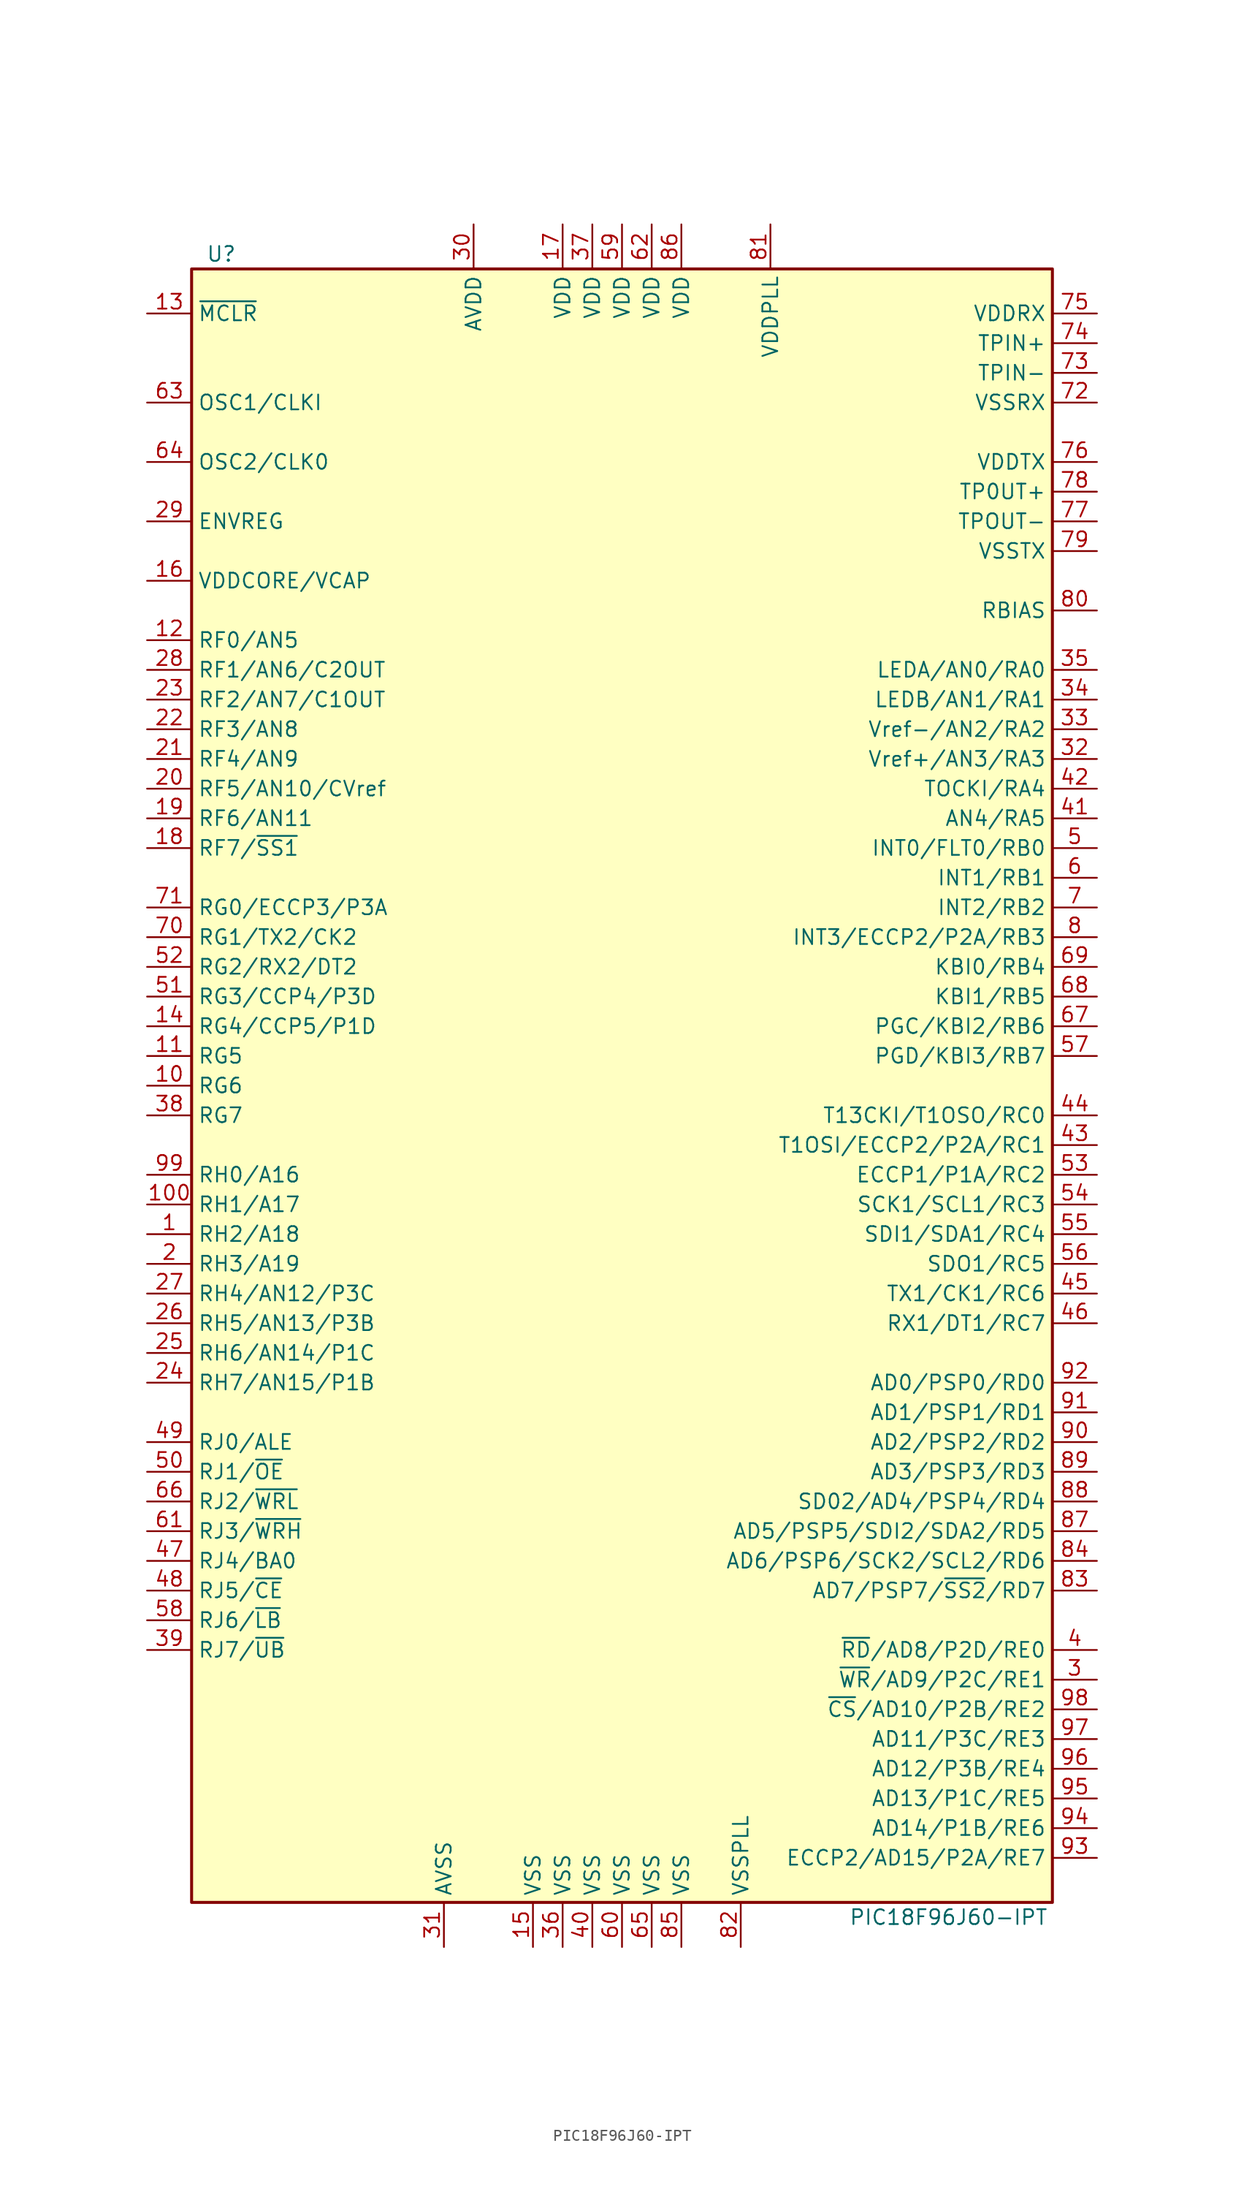
<source format=kicad_sym>
(kicad_symbol_lib
  (version 20231120)
  (generator "kicad_symbol_editor")
  (generator_version "8.0")
  (symbol "PIC18F96J60-IPT"
    (property "Reference" "U"
      (at -34.29 71.12 0)
      (effects (font (size 1.27 1.27))))
    (property "Value" "PIC18F96J60-IPT"
      (at 27.94 -71.12 0)
      (effects (font (size 1.27 1.27))))
    (symbol "PIC18F96J60-IPT_0_1"
      (rectangle (start -36.83 69.85) (end 36.83 -69.85) (stroke (width 0.254) (type default)) (fill (type background))))
    (symbol "PIC18F96J60-IPT_1_1"
      (pin bidirectional line (at -40.64 -12.7 0) (length 3.81) (name "RH2/A18" (effects (font (size 1.27 1.27)))) (number "1" (effects (font (size 1.27 1.27)))))
      (pin bidirectional line (at -40.64 0 0) (length 3.81) (name "RG6" (effects (font (size 1.27 1.27)))) (number "10" (effects (font (size 1.27 1.27)))))
      (pin bidirectional line (at -40.64 -10.16 0) (length 3.81) (name "RH1/A17" (effects (font (size 1.27 1.27)))) (number "100" (effects (font (size 1.27 1.27)))))
      (pin bidirectional line (at -40.64 2.54 0) (length 3.81) (name "RG5" (effects (font (size 1.27 1.27)))) (number "11" (effects (font (size 1.27 1.27)))))
      (pin bidirectional line (at -40.64 38.1 0) (length 3.81) (name "RF0/AN5" (effects (font (size 1.27 1.27)))) (number "12" (effects (font (size 1.27 1.27)))))
      (pin input line (at -40.64 66.04 0) (length 3.81) (name "~{MCLR}" (effects (font (size 1.27 1.27)))) (number "13" (effects (font (size 1.27 1.27)))))
      (pin bidirectional line (at -40.64 5.08 0) (length 3.81) (name "RG4/CCP5/P1D" (effects (font (size 1.27 1.27)))) (number "14" (effects (font (size 1.27 1.27)))))
      (pin power_in line (at -7.62 -73.66 90) (length 3.81) (name "VSS" (effects (font (size 1.27 1.27)))) (number "15" (effects (font (size 1.27 1.27)))))
      (pin passive line (at -40.64 43.18 0) (length 3.81) (name "VDDCORE/VCAP" (effects (font (size 1.27 1.27)))) (number "16" (effects (font (size 1.27 1.27)))))
      (pin power_in line (at -5.08 73.66 270) (length 3.81) (name "VDD" (effects (font (size 1.27 1.27)))) (number "17" (effects (font (size 1.27 1.27)))))
      (pin bidirectional line (at -40.64 20.32 0) (length 3.81) (name "RF7/~{SS1}" (effects (font (size 1.27 1.27)))) (number "18" (effects (font (size 1.27 1.27)))))
      (pin bidirectional line (at -40.64 22.86 0) (length 3.81) (name "RF6/AN11" (effects (font (size 1.27 1.27)))) (number "19" (effects (font (size 1.27 1.27)))))
      (pin bidirectional line (at -40.64 -15.24 0) (length 3.81) (name "RH3/A19" (effects (font (size 1.27 1.27)))) (number "2" (effects (font (size 1.27 1.27)))))
      (pin bidirectional line (at -40.64 25.4 0) (length 3.81) (name "RF5/AN10/CVref" (effects (font (size 1.27 1.27)))) (number "20" (effects (font (size 1.27 1.27)))))
      (pin bidirectional line (at -40.64 27.94 0) (length 3.81) (name "RF4/AN9" (effects (font (size 1.27 1.27)))) (number "21" (effects (font (size 1.27 1.27)))))
      (pin bidirectional line (at -40.64 30.48 0) (length 3.81) (name "RF3/AN8" (effects (font (size 1.27 1.27)))) (number "22" (effects (font (size 1.27 1.27)))))
      (pin bidirectional line (at -40.64 33.02 0) (length 3.81) (name "RF2/AN7/C1OUT" (effects (font (size 1.27 1.27)))) (number "23" (effects (font (size 1.27 1.27)))))
      (pin bidirectional line (at -40.64 -25.4 0) (length 3.81) (name "RH7/AN15/P1B" (effects (font (size 1.27 1.27)))) (number "24" (effects (font (size 1.27 1.27)))))
      (pin bidirectional line (at -40.64 -22.86 0) (length 3.81) (name "RH6/AN14/P1C" (effects (font (size 1.27 1.27)))) (number "25" (effects (font (size 1.27 1.27)))))
      (pin bidirectional line (at -40.64 -20.32 0) (length 3.81) (name "RH5/AN13/P3B" (effects (font (size 1.27 1.27)))) (number "26" (effects (font (size 1.27 1.27)))))
      (pin bidirectional line (at -40.64 -17.78 0) (length 3.81) (name "RH4/AN12/P3C" (effects (font (size 1.27 1.27)))) (number "27" (effects (font (size 1.27 1.27)))))
      (pin bidirectional line (at -40.64 35.56 0) (length 3.81) (name "RF1/AN6/C2OUT" (effects (font (size 1.27 1.27)))) (number "28" (effects (font (size 1.27 1.27)))))
      (pin passive line (at -40.64 48.26 0) (length 3.81) (name "ENVREG" (effects (font (size 1.27 1.27)))) (number "29" (effects (font (size 1.27 1.27)))))
      (pin bidirectional line (at 40.64 -50.8 180) (length 3.81) (name "~{WR}/AD9/P2C/RE1" (effects (font (size 1.27 1.27)))) (number "3" (effects (font (size 1.27 1.27)))))
      (pin power_in line (at -12.7 73.66 270) (length 3.81) (name "AVDD" (effects (font (size 1.27 1.27)))) (number "30" (effects (font (size 1.27 1.27)))))
      (pin power_in line (at -15.24 -73.66 90) (length 3.81) (name "AVSS" (effects (font (size 1.27 1.27)))) (number "31" (effects (font (size 1.27 1.27)))))
      (pin bidirectional line (at 40.64 27.94 180) (length 3.81) (name "Vref+/AN3/RA3" (effects (font (size 1.27 1.27)))) (number "32" (effects (font (size 1.27 1.27)))))
      (pin bidirectional line (at 40.64 30.48 180) (length 3.81) (name "Vref-/AN2/RA2" (effects (font (size 1.27 1.27)))) (number "33" (effects (font (size 1.27 1.27)))))
      (pin bidirectional line (at 40.64 33.02 180) (length 3.81) (name "LEDB/AN1/RA1" (effects (font (size 1.27 1.27)))) (number "34" (effects (font (size 1.27 1.27)))))
      (pin bidirectional line (at 40.64 35.56 180) (length 3.81) (name "LEDA/AN0/RA0" (effects (font (size 1.27 1.27)))) (number "35" (effects (font (size 1.27 1.27)))))
      (pin power_in line (at -5.08 -73.66 90) (length 3.81) (name "VSS" (effects (font (size 1.27 1.27)))) (number "36" (effects (font (size 1.27 1.27)))))
      (pin power_in line (at -2.54 73.66 270) (length 3.81) (name "VDD" (effects (font (size 1.27 1.27)))) (number "37" (effects (font (size 1.27 1.27)))))
      (pin bidirectional line (at -40.64 -2.54 0) (length 3.81) (name "RG7" (effects (font (size 1.27 1.27)))) (number "38" (effects (font (size 1.27 1.27)))))
      (pin bidirectional line (at -40.64 -48.26 0) (length 3.81) (name "RJ7/~{UB}" (effects (font (size 1.27 1.27)))) (number "39" (effects (font (size 1.27 1.27)))))
      (pin bidirectional line (at 40.64 -48.26 180) (length 3.81) (name "~{RD}/AD8/P2D/RE0" (effects (font (size 1.27 1.27)))) (number "4" (effects (font (size 1.27 1.27)))))
      (pin power_in line (at -2.54 -73.66 90) (length 3.81) (name "VSS" (effects (font (size 1.27 1.27)))) (number "40" (effects (font (size 1.27 1.27)))))
      (pin bidirectional line (at 40.64 22.86 180) (length 3.81) (name "AN4/RA5" (effects (font (size 1.27 1.27)))) (number "41" (effects (font (size 1.27 1.27)))))
      (pin bidirectional line (at 40.64 25.4 180) (length 3.81) (name "TOCKI/RA4" (effects (font (size 1.27 1.27)))) (number "42" (effects (font (size 1.27 1.27)))))
      (pin bidirectional line (at 40.64 -5.08 180) (length 3.81) (name "T1OSI/ECCP2/P2A/RC1" (effects (font (size 1.27 1.27)))) (number "43" (effects (font (size 1.27 1.27)))))
      (pin bidirectional line (at 40.64 -2.54 180) (length 3.81) (name "T13CKI/T1OSO/RC0" (effects (font (size 1.27 1.27)))) (number "44" (effects (font (size 1.27 1.27)))))
      (pin bidirectional line (at 40.64 -17.78 180) (length 3.81) (name "TX1/CK1/RC6" (effects (font (size 1.27 1.27)))) (number "45" (effects (font (size 1.27 1.27)))))
      (pin bidirectional line (at 40.64 -20.32 180) (length 3.81) (name "RX1/DT1/RC7" (effects (font (size 1.27 1.27)))) (number "46" (effects (font (size 1.27 1.27)))))
      (pin bidirectional line (at -40.64 -40.64 0) (length 3.81) (name "RJ4/BA0" (effects (font (size 1.27 1.27)))) (number "47" (effects (font (size 1.27 1.27)))))
      (pin bidirectional line (at -40.64 -43.18 0) (length 3.81) (name "RJ5/~{CE}" (effects (font (size 1.27 1.27)))) (number "48" (effects (font (size 1.27 1.27)))))
      (pin bidirectional line (at -40.64 -30.48 0) (length 3.81) (name "RJ0/ALE" (effects (font (size 1.27 1.27)))) (number "49" (effects (font (size 1.27 1.27)))))
      (pin bidirectional line (at 40.64 20.32 180) (length 3.81) (name "INT0/FLT0/RB0" (effects (font (size 1.27 1.27)))) (number "5" (effects (font (size 1.27 1.27)))))
      (pin bidirectional line (at -40.64 -33.02 0) (length 3.81) (name "RJ1/~{OE}" (effects (font (size 1.27 1.27)))) (number "50" (effects (font (size 1.27 1.27)))))
      (pin bidirectional line (at -40.64 7.62 0) (length 3.81) (name "RG3/CCP4/P3D" (effects (font (size 1.27 1.27)))) (number "51" (effects (font (size 1.27 1.27)))))
      (pin bidirectional line (at -40.64 10.16 0) (length 3.81) (name "RG2/RX2/DT2" (effects (font (size 1.27 1.27)))) (number "52" (effects (font (size 1.27 1.27)))))
      (pin bidirectional line (at 40.64 -7.62 180) (length 3.81) (name "ECCP1/P1A/RC2" (effects (font (size 1.27 1.27)))) (number "53" (effects (font (size 1.27 1.27)))))
      (pin bidirectional line (at 40.64 -10.16 180) (length 3.81) (name "SCK1/SCL1/RC3" (effects (font (size 1.27 1.27)))) (number "54" (effects (font (size 1.27 1.27)))))
      (pin bidirectional line (at 40.64 -12.7 180) (length 3.81) (name "SDI1/SDA1/RC4" (effects (font (size 1.27 1.27)))) (number "55" (effects (font (size 1.27 1.27)))))
      (pin bidirectional line (at 40.64 -15.24 180) (length 3.81) (name "SDO1/RC5" (effects (font (size 1.27 1.27)))) (number "56" (effects (font (size 1.27 1.27)))))
      (pin bidirectional line (at 40.64 2.54 180) (length 3.81) (name "PGD/KBI3/RB7" (effects (font (size 1.27 1.27)))) (number "57" (effects (font (size 1.27 1.27)))))
      (pin bidirectional line (at -40.64 -45.72 0) (length 3.81) (name "RJ6/~{LB}" (effects (font (size 1.27 1.27)))) (number "58" (effects (font (size 1.27 1.27)))))
      (pin power_in line (at 0 73.66 270) (length 3.81) (name "VDD" (effects (font (size 1.27 1.27)))) (number "59" (effects (font (size 1.27 1.27)))))
      (pin bidirectional line (at 40.64 17.78 180) (length 3.81) (name "INT1/RB1" (effects (font (size 1.27 1.27)))) (number "6" (effects (font (size 1.27 1.27)))))
      (pin power_in line (at 0 -73.66 90) (length 3.81) (name "VSS" (effects (font (size 1.27 1.27)))) (number "60" (effects (font (size 1.27 1.27)))))
      (pin bidirectional line (at -40.64 -38.1 0) (length 3.81) (name "RJ3/~{WRH}" (effects (font (size 1.27 1.27)))) (number "61" (effects (font (size 1.27 1.27)))))
      (pin power_in line (at 2.54 73.66 270) (length 3.81) (name "VDD" (effects (font (size 1.27 1.27)))) (number "62" (effects (font (size 1.27 1.27)))))
      (pin input line (at -40.64 58.42 0) (length 3.81) (name "OSC1/CLKI" (effects (font (size 1.27 1.27)))) (number "63" (effects (font (size 1.27 1.27)))))
      (pin output line (at -40.64 53.34 0) (length 3.81) (name "OSC2/CLK0" (effects (font (size 1.27 1.27)))) (number "64" (effects (font (size 1.27 1.27)))))
      (pin power_in line (at 2.54 -73.66 90) (length 3.81) (name "VSS" (effects (font (size 1.27 1.27)))) (number "65" (effects (font (size 1.27 1.27)))))
      (pin bidirectional line (at -40.64 -35.56 0) (length 3.81) (name "RJ2/~{WRL}" (effects (font (size 1.27 1.27)))) (number "66" (effects (font (size 1.27 1.27)))))
      (pin bidirectional line (at 40.64 5.08 180) (length 3.81) (name "PGC/KBI2/RB6" (effects (font (size 1.27 1.27)))) (number "67" (effects (font (size 1.27 1.27)))))
      (pin bidirectional line (at 40.64 7.62 180) (length 3.81) (name "KBI1/RB5" (effects (font (size 1.27 1.27)))) (number "68" (effects (font (size 1.27 1.27)))))
      (pin bidirectional line (at 40.64 10.16 180) (length 3.81) (name "KBI0/RB4" (effects (font (size 1.27 1.27)))) (number "69" (effects (font (size 1.27 1.27)))))
      (pin bidirectional line (at 40.64 15.24 180) (length 3.81) (name "INT2/RB2" (effects (font (size 1.27 1.27)))) (number "7" (effects (font (size 1.27 1.27)))))
      (pin bidirectional line (at -40.64 12.7 0) (length 3.81) (name "RG1/TX2/CK2" (effects (font (size 1.27 1.27)))) (number "70" (effects (font (size 1.27 1.27)))))
      (pin bidirectional line (at -40.64 15.24 0) (length 3.81) (name "RG0/ECCP3/P3A" (effects (font (size 1.27 1.27)))) (number "71" (effects (font (size 1.27 1.27)))))
      (pin power_in line (at 40.64 58.42 180) (length 3.81) (name "VSSRX" (effects (font (size 1.27 1.27)))) (number "72" (effects (font (size 1.27 1.27)))))
      (pin passive line (at 40.64 60.96 180) (length 3.81) (name "TPIN-" (effects (font (size 1.27 1.27)))) (number "73" (effects (font (size 1.27 1.27)))))
      (pin passive line (at 40.64 63.5 180) (length 3.81) (name "TPIN+" (effects (font (size 1.27 1.27)))) (number "74" (effects (font (size 1.27 1.27)))))
      (pin power_in line (at 40.64 66.04 180) (length 3.81) (name "VDDRX" (effects (font (size 1.27 1.27)))) (number "75" (effects (font (size 1.27 1.27)))))
      (pin power_in line (at 40.64 53.34 180) (length 3.81) (name "VDDTX" (effects (font (size 1.27 1.27)))) (number "76" (effects (font (size 1.27 1.27)))))
      (pin passive line (at 40.64 48.26 180) (length 3.81) (name "TPOUT-" (effects (font (size 1.27 1.27)))) (number "77" (effects (font (size 1.27 1.27)))))
      (pin passive line (at 40.64 50.8 180) (length 3.81) (name "TP0UT+" (effects (font (size 1.27 1.27)))) (number "78" (effects (font (size 1.27 1.27)))))
      (pin power_in line (at 40.64 45.72 180) (length 3.81) (name "VSSTX" (effects (font (size 1.27 1.27)))) (number "79" (effects (font (size 1.27 1.27)))))
      (pin bidirectional line (at 40.64 12.7 180) (length 3.81) (name "INT3/ECCP2/P2A/RB3" (effects (font (size 1.27 1.27)))) (number "8" (effects (font (size 1.27 1.27)))))
      (pin passive line (at 40.64 40.64 180) (length 3.81) (name "RBIAS" (effects (font (size 1.27 1.27)))) (number "80" (effects (font (size 1.27 1.27)))))
      (pin power_in line (at 12.7 73.66 270) (length 3.81) (name "VDDPLL" (effects (font (size 1.27 1.27)))) (number "81" (effects (font (size 1.27 1.27)))))
      (pin power_in line (at 10.16 -73.66 90) (length 3.81) (name "VSSPLL" (effects (font (size 1.27 1.27)))) (number "82" (effects (font (size 1.27 1.27)))))
      (pin bidirectional line (at 40.64 -43.18 180) (length 3.81) (name "AD7/PSP7/~{SS2}/RD7" (effects (font (size 1.27 1.27)))) (number "83" (effects (font (size 1.27 1.27)))))
      (pin bidirectional line (at 40.64 -40.64 180) (length 3.81) (name "AD6/PSP6/SCK2/SCL2/RD6" (effects (font (size 1.27 1.27)))) (number "84" (effects (font (size 1.27 1.27)))))
      (pin power_in line (at 5.08 -73.66 90) (length 3.81) (name "VSS" (effects (font (size 1.27 1.27)))) (number "85" (effects (font (size 1.27 1.27)))))
      (pin power_in line (at 5.08 73.66 270) (length 3.81) (name "VDD" (effects (font (size 1.27 1.27)))) (number "86" (effects (font (size 1.27 1.27)))))
      (pin bidirectional line (at 40.64 -38.1 180) (length 3.81) (name "AD5/PSP5/SDI2/SDA2/RD5" (effects (font (size 1.27 1.27)))) (number "87" (effects (font (size 1.27 1.27)))))
      (pin bidirectional line (at 40.64 -35.56 180) (length 3.81) (name "SD02/AD4/PSP4/RD4" (effects (font (size 1.27 1.27)))) (number "88" (effects (font (size 1.27 1.27)))))
      (pin bidirectional line (at 40.64 -33.02 180) (length 3.81) (name "AD3/PSP3/RD3" (effects (font (size 1.27 1.27)))) (number "89" (effects (font (size 1.27 1.27)))))
      (pin no_connect line (at -20.32 -69.85 90) (length 3.81) hide (name "NC" (effects (font (size 1.27 1.27)))) (number "9" (effects (font (size 1.27 1.27)))))
      (pin bidirectional line (at 40.64 -30.48 180) (length 3.81) (name "AD2/PSP2/RD2" (effects (font (size 1.27 1.27)))) (number "90" (effects (font (size 1.27 1.27)))))
      (pin bidirectional line (at 40.64 -27.94 180) (length 3.81) (name "AD1/PSP1/RD1" (effects (font (size 1.27 1.27)))) (number "91" (effects (font (size 1.27 1.27)))))
      (pin bidirectional line (at 40.64 -25.4 180) (length 3.81) (name "AD0/PSP0/RD0" (effects (font (size 1.27 1.27)))) (number "92" (effects (font (size 1.27 1.27)))))
      (pin bidirectional line (at 40.64 -66.04 180) (length 3.81) (name "ECCP2/AD15/P2A/RE7" (effects (font (size 1.27 1.27)))) (number "93" (effects (font (size 1.27 1.27)))))
      (pin bidirectional line (at 40.64 -63.5 180) (length 3.81) (name "AD14/P1B/RE6" (effects (font (size 1.27 1.27)))) (number "94" (effects (font (size 1.27 1.27)))))
      (pin bidirectional line (at 40.64 -60.96 180) (length 3.81) (name "AD13/P1C/RE5" (effects (font (size 1.27 1.27)))) (number "95" (effects (font (size 1.27 1.27)))))
      (pin bidirectional line (at 40.64 -58.42 180) (length 3.81) (name "AD12/P3B/RE4" (effects (font (size 1.27 1.27)))) (number "96" (effects (font (size 1.27 1.27)))))
      (pin bidirectional line (at 40.64 -55.88 180) (length 3.81) (name "AD11/P3C/RE3" (effects (font (size 1.27 1.27)))) (number "97" (effects (font (size 1.27 1.27)))))
      (pin bidirectional line (at 40.64 -53.34 180) (length 3.81) (name "~{CS}/AD10/P2B/RE2" (effects (font (size 1.27 1.27)))) (number "98" (effects (font (size 1.27 1.27)))))
      (pin bidirectional line (at -40.64 -7.62 0) (length 3.81) (name "RH0/A16" (effects (font (size 1.27 1.27)))) (number "99" (effects (font (size 1.27 1.27))))))))
</source>
